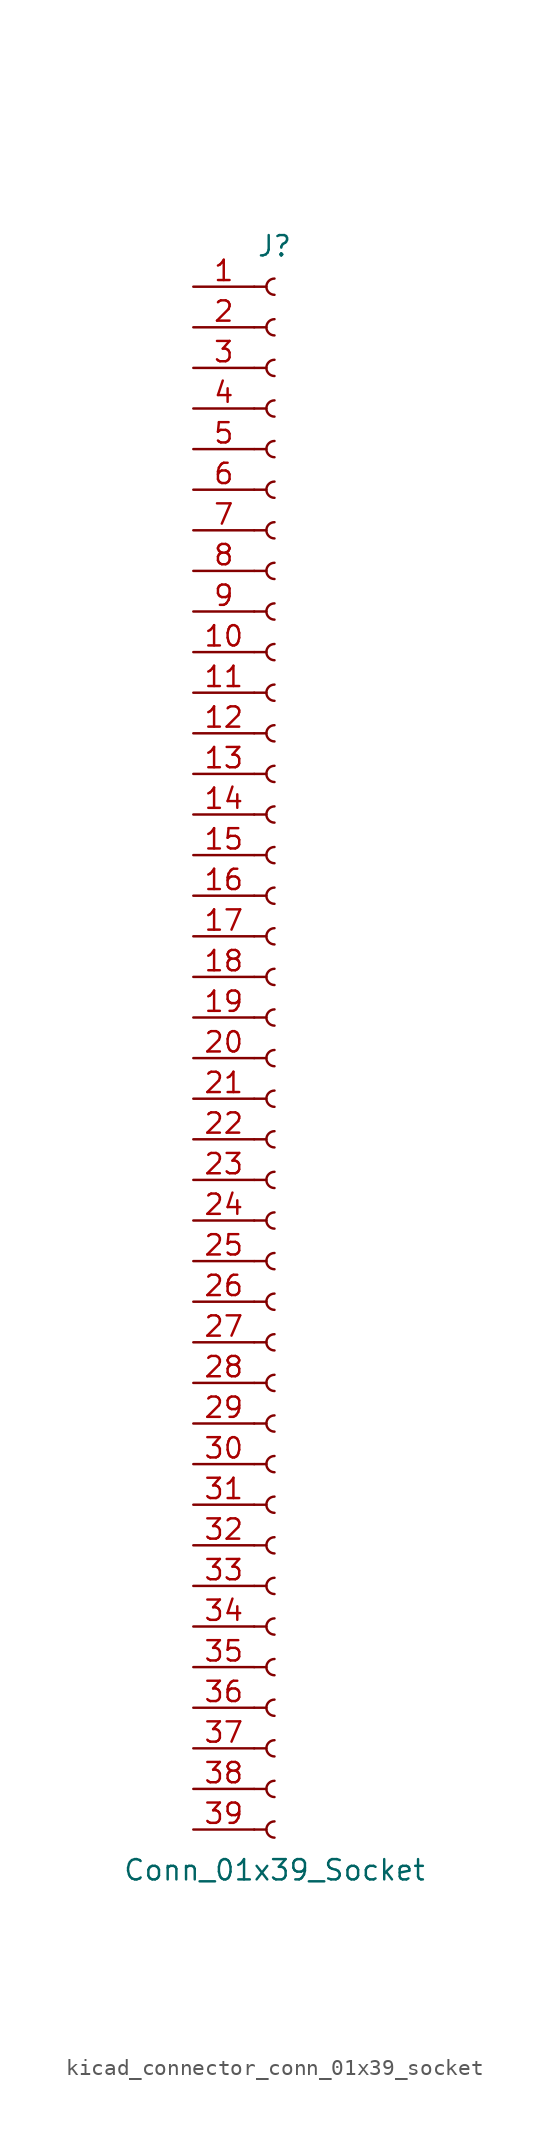
<source format=kicad_sym>
(kicad_symbol_lib
  (version 20220914)
  (generator kicad_symbol_editor)
  (symbol "kicad_connector_conn_01x39_socket"
    (pin_names
      (offset 1.016) hide)
    (property "Reference" "J"
      (at 0 50.8 0)
      (effects (font (size 1.27 1.27))))
    (property "Value" "Conn_01x39_Socket"
      (at 0 -50.8 0)
      (effects (font (size 1.27 1.27))))
    (property "ki_locked" ""
      (at 0 0 0)
      (effects (font (size 1.27 1.27))))
    (symbol "kicad_connector_conn_01x39_socket_1_1"
      (arc (start 0 -47.752) (mid -0.5058 -48.26) (end 0 -48.768) (stroke (width 0.1524) (type default)) (fill (type none)))
      (arc (start 0 -45.212) (mid -0.5058 -45.72) (end 0 -46.228) (stroke (width 0.1524) (type default)) (fill (type none)))
      (arc (start 0 -42.672) (mid -0.5058 -43.18) (end 0 -43.688) (stroke (width 0.1524) (type default)) (fill (type none)))
      (arc (start 0 -40.132) (mid -0.5058 -40.64) (end 0 -41.148) (stroke (width 0.1524) (type default)) (fill (type none)))
      (arc (start 0 -37.592) (mid -0.5058 -38.1) (end 0 -38.608) (stroke (width 0.1524) (type default)) (fill (type none)))
      (arc (start 0 -35.052) (mid -0.5058 -35.56) (end 0 -36.068) (stroke (width 0.1524) (type default)) (fill (type none)))
      (arc (start 0 -32.512) (mid -0.5058 -33.02) (end 0 -33.528) (stroke (width 0.1524) (type default)) (fill (type none)))
      (arc (start 0 -29.972) (mid -0.5058 -30.48) (end 0 -30.988) (stroke (width 0.1524) (type default)) (fill (type none)))
      (arc (start 0 -27.432) (mid -0.5058 -27.94) (end 0 -28.448) (stroke (width 0.1524) (type default)) (fill (type none)))
      (arc (start 0 -24.892) (mid -0.5058 -25.4) (end 0 -25.908) (stroke (width 0.1524) (type default)) (fill (type none)))
      (arc (start 0 -22.352) (mid -0.5058 -22.86) (end 0 -23.368) (stroke (width 0.1524) (type default)) (fill (type none)))
      (arc (start 0 -19.812) (mid -0.5058 -20.32) (end 0 -20.828) (stroke (width 0.1524) (type default)) (fill (type none)))
      (arc (start 0 -17.272) (mid -0.5058 -17.78) (end 0 -18.288) (stroke (width 0.1524) (type default)) (fill (type none)))
      (arc (start 0 -14.732) (mid -0.5058 -15.24) (end 0 -15.748) (stroke (width 0.1524) (type default)) (fill (type none)))
      (arc (start 0 -12.192) (mid -0.5058 -12.7) (end 0 -13.208) (stroke (width 0.1524) (type default)) (fill (type none)))
      (arc (start 0 -9.652) (mid -0.5058 -10.16) (end 0 -10.668) (stroke (width 0.1524) (type default)) (fill (type none)))
      (arc (start 0 -7.112) (mid -0.5058 -7.62) (end 0 -8.128) (stroke (width 0.1524) (type default)) (fill (type none)))
      (arc (start 0 -4.572) (mid -0.5058 -5.08) (end 0 -5.588) (stroke (width 0.1524) (type default)) (fill (type none)))
      (arc (start 0 -2.032) (mid -0.5058 -2.54) (end 0 -3.048) (stroke (width 0.1524) (type default)) (fill (type none)))
      (polyline (pts (xy -1.27 -48.26) (xy -0.508 -48.26)) (stroke (width 0.152) (type default)) (fill (type none)))
      (polyline (pts (xy -1.27 -45.72) (xy -0.508 -45.72)) (stroke (width 0.152) (type default)) (fill (type none)))
      (polyline (pts (xy -1.27 -43.18) (xy -0.508 -43.18)) (stroke (width 0.152) (type default)) (fill (type none)))
      (polyline (pts (xy -1.27 -40.64) (xy -0.508 -40.64)) (stroke (width 0.152) (type default)) (fill (type none)))
      (polyline (pts (xy -1.27 -38.1) (xy -0.508 -38.1)) (stroke (width 0.152) (type default)) (fill (type none)))
      (polyline (pts (xy -1.27 -35.56) (xy -0.508 -35.56)) (stroke (width 0.152) (type default)) (fill (type none)))
      (polyline (pts (xy -1.27 -33.02) (xy -0.508 -33.02)) (stroke (width 0.152) (type default)) (fill (type none)))
      (polyline (pts (xy -1.27 -30.48) (xy -0.508 -30.48)) (stroke (width 0.152) (type default)) (fill (type none)))
      (polyline (pts (xy -1.27 -27.94) (xy -0.508 -27.94)) (stroke (width 0.152) (type default)) (fill (type none)))
      (polyline (pts (xy -1.27 -25.4) (xy -0.508 -25.4)) (stroke (width 0.152) (type default)) (fill (type none)))
      (polyline (pts (xy -1.27 -22.86) (xy -0.508 -22.86)) (stroke (width 0.152) (type default)) (fill (type none)))
      (polyline (pts (xy -1.27 -20.32) (xy -0.508 -20.32)) (stroke (width 0.152) (type default)) (fill (type none)))
      (polyline (pts (xy -1.27 -17.78) (xy -0.508 -17.78)) (stroke (width 0.152) (type default)) (fill (type none)))
      (polyline (pts (xy -1.27 -15.24) (xy -0.508 -15.24)) (stroke (width 0.152) (type default)) (fill (type none)))
      (polyline (pts (xy -1.27 -12.7) (xy -0.508 -12.7)) (stroke (width 0.152) (type default)) (fill (type none)))
      (polyline (pts (xy -1.27 -10.16) (xy -0.508 -10.16)) (stroke (width 0.152) (type default)) (fill (type none)))
      (polyline (pts (xy -1.27 -7.62) (xy -0.508 -7.62)) (stroke (width 0.152) (type default)) (fill (type none)))
      (polyline (pts (xy -1.27 -5.08) (xy -0.508 -5.08)) (stroke (width 0.152) (type default)) (fill (type none)))
      (polyline (pts (xy -1.27 -2.54) (xy -0.508 -2.54)) (stroke (width 0.152) (type default)) (fill (type none)))
      (polyline (pts (xy -1.27 0) (xy -0.508 0)) (stroke (width 0.152) (type default)) (fill (type none)))
      (polyline (pts (xy -1.27 2.54) (xy -0.508 2.54)) (stroke (width 0.152) (type default)) (fill (type none)))
      (polyline (pts (xy -1.27 5.08) (xy -0.508 5.08)) (stroke (width 0.152) (type default)) (fill (type none)))
      (polyline (pts (xy -1.27 7.62) (xy -0.508 7.62)) (stroke (width 0.152) (type default)) (fill (type none)))
      (polyline (pts (xy -1.27 10.16) (xy -0.508 10.16)) (stroke (width 0.152) (type default)) (fill (type none)))
      (polyline (pts (xy -1.27 12.7) (xy -0.508 12.7)) (stroke (width 0.152) (type default)) (fill (type none)))
      (polyline (pts (xy -1.27 15.24) (xy -0.508 15.24)) (stroke (width 0.152) (type default)) (fill (type none)))
      (polyline (pts (xy -1.27 17.78) (xy -0.508 17.78)) (stroke (width 0.152) (type default)) (fill (type none)))
      (polyline (pts (xy -1.27 20.32) (xy -0.508 20.32)) (stroke (width 0.152) (type default)) (fill (type none)))
      (polyline (pts (xy -1.27 22.86) (xy -0.508 22.86)) (stroke (width 0.152) (type default)) (fill (type none)))
      (polyline (pts (xy -1.27 25.4) (xy -0.508 25.4)) (stroke (width 0.152) (type default)) (fill (type none)))
      (polyline (pts (xy -1.27 27.94) (xy -0.508 27.94)) (stroke (width 0.152) (type default)) (fill (type none)))
      (polyline (pts (xy -1.27 30.48) (xy -0.508 30.48)) (stroke (width 0.152) (type default)) (fill (type none)))
      (polyline (pts (xy -1.27 33.02) (xy -0.508 33.02)) (stroke (width 0.152) (type default)) (fill (type none)))
      (polyline (pts (xy -1.27 35.56) (xy -0.508 35.56)) (stroke (width 0.152) (type default)) (fill (type none)))
      (polyline (pts (xy -1.27 38.1) (xy -0.508 38.1)) (stroke (width 0.152) (type default)) (fill (type none)))
      (polyline (pts (xy -1.27 40.64) (xy -0.508 40.64)) (stroke (width 0.152) (type default)) (fill (type none)))
      (polyline (pts (xy -1.27 43.18) (xy -0.508 43.18)) (stroke (width 0.152) (type default)) (fill (type none)))
      (polyline (pts (xy -1.27 45.72) (xy -0.508 45.72)) (stroke (width 0.152) (type default)) (fill (type none)))
      (polyline (pts (xy -1.27 48.26) (xy -0.508 48.26)) (stroke (width 0.152) (type default)) (fill (type none)))
      (arc (start 0 0.508) (mid -0.5058 0) (end 0 -0.508) (stroke (width 0.1524) (type default)) (fill (type none)))
      (arc (start 0 3.048) (mid -0.5058 2.54) (end 0 2.032) (stroke (width 0.1524) (type default)) (fill (type none)))
      (arc (start 0 5.588) (mid -0.5058 5.08) (end 0 4.572) (stroke (width 0.1524) (type default)) (fill (type none)))
      (arc (start 0 8.128) (mid -0.5058 7.62) (end 0 7.112) (stroke (width 0.1524) (type default)) (fill (type none)))
      (arc (start 0 10.668) (mid -0.5058 10.16) (end 0 9.652) (stroke (width 0.1524) (type default)) (fill (type none)))
      (arc (start 0 13.208) (mid -0.5058 12.7) (end 0 12.192) (stroke (width 0.1524) (type default)) (fill (type none)))
      (arc (start 0 15.748) (mid -0.5058 15.24) (end 0 14.732) (stroke (width 0.1524) (type default)) (fill (type none)))
      (arc (start 0 18.288) (mid -0.5058 17.78) (end 0 17.272) (stroke (width 0.1524) (type default)) (fill (type none)))
      (arc (start 0 20.828) (mid -0.5058 20.32) (end 0 19.812) (stroke (width 0.1524) (type default)) (fill (type none)))
      (arc (start 0 23.368) (mid -0.5058 22.86) (end 0 22.352) (stroke (width 0.1524) (type default)) (fill (type none)))
      (arc (start 0 25.908) (mid -0.5058 25.4) (end 0 24.892) (stroke (width 0.1524) (type default)) (fill (type none)))
      (arc (start 0 28.448) (mid -0.5058 27.94) (end 0 27.432) (stroke (width 0.1524) (type default)) (fill (type none)))
      (arc (start 0 30.988) (mid -0.5058 30.48) (end 0 29.972) (stroke (width 0.1524) (type default)) (fill (type none)))
      (arc (start 0 33.528) (mid -0.5058 33.02) (end 0 32.512) (stroke (width 0.1524) (type default)) (fill (type none)))
      (arc (start 0 36.068) (mid -0.5058 35.56) (end 0 35.052) (stroke (width 0.1524) (type default)) (fill (type none)))
      (arc (start 0 38.608) (mid -0.5058 38.1) (end 0 37.592) (stroke (width 0.1524) (type default)) (fill (type none)))
      (arc (start 0 41.148) (mid -0.5058 40.64) (end 0 40.132) (stroke (width 0.1524) (type default)) (fill (type none)))
      (arc (start 0 43.688) (mid -0.5058 43.18) (end 0 42.672) (stroke (width 0.1524) (type default)) (fill (type none)))
      (arc (start 0 46.228) (mid -0.5058 45.72) (end 0 45.212) (stroke (width 0.1524) (type default)) (fill (type none)))
      (arc (start 0 48.768) (mid -0.5058 48.26) (end 0 47.752) (stroke (width 0.1524) (type default)) (fill (type none)))
      (pin passive line (at -5.08 48.26 0) (length 3.81) (name "Pin_1" (effects (font (size 1.27 1.27)))) (number "1" (effects (font (size 1.27 1.27)))))
      (pin passive line (at -5.08 25.4 0) (length 3.81) (name "Pin_10" (effects (font (size 1.27 1.27)))) (number "10" (effects (font (size 1.27 1.27)))))
      (pin passive line (at -5.08 22.86 0) (length 3.81) (name "Pin_11" (effects (font (size 1.27 1.27)))) (number "11" (effects (font (size 1.27 1.27)))))
      (pin passive line (at -5.08 20.32 0) (length 3.81) (name "Pin_12" (effects (font (size 1.27 1.27)))) (number "12" (effects (font (size 1.27 1.27)))))
      (pin passive line (at -5.08 17.78 0) (length 3.81) (name "Pin_13" (effects (font (size 1.27 1.27)))) (number "13" (effects (font (size 1.27 1.27)))))
      (pin passive line (at -5.08 15.24 0) (length 3.81) (name "Pin_14" (effects (font (size 1.27 1.27)))) (number "14" (effects (font (size 1.27 1.27)))))
      (pin passive line (at -5.08 12.7 0) (length 3.81) (name "Pin_15" (effects (font (size 1.27 1.27)))) (number "15" (effects (font (size 1.27 1.27)))))
      (pin passive line (at -5.08 10.16 0) (length 3.81) (name "Pin_16" (effects (font (size 1.27 1.27)))) (number "16" (effects (font (size 1.27 1.27)))))
      (pin passive line (at -5.08 7.62 0) (length 3.81) (name "Pin_17" (effects (font (size 1.27 1.27)))) (number "17" (effects (font (size 1.27 1.27)))))
      (pin passive line (at -5.08 5.08 0) (length 3.81) (name "Pin_18" (effects (font (size 1.27 1.27)))) (number "18" (effects (font (size 1.27 1.27)))))
      (pin passive line (at -5.08 2.54 0) (length 3.81) (name "Pin_19" (effects (font (size 1.27 1.27)))) (number "19" (effects (font (size 1.27 1.27)))))
      (pin passive line (at -5.08 45.72 0) (length 3.81) (name "Pin_2" (effects (font (size 1.27 1.27)))) (number "2" (effects (font (size 1.27 1.27)))))
      (pin passive line (at -5.08 0 0) (length 3.81) (name "Pin_20" (effects (font (size 1.27 1.27)))) (number "20" (effects (font (size 1.27 1.27)))))
      (pin passive line (at -5.08 -2.54 0) (length 3.81) (name "Pin_21" (effects (font (size 1.27 1.27)))) (number "21" (effects (font (size 1.27 1.27)))))
      (pin passive line (at -5.08 -5.08 0) (length 3.81) (name "Pin_22" (effects (font (size 1.27 1.27)))) (number "22" (effects (font (size 1.27 1.27)))))
      (pin passive line (at -5.08 -7.62 0) (length 3.81) (name "Pin_23" (effects (font (size 1.27 1.27)))) (number "23" (effects (font (size 1.27 1.27)))))
      (pin passive line (at -5.08 -10.16 0) (length 3.81) (name "Pin_24" (effects (font (size 1.27 1.27)))) (number "24" (effects (font (size 1.27 1.27)))))
      (pin passive line (at -5.08 -12.7 0) (length 3.81) (name "Pin_25" (effects (font (size 1.27 1.27)))) (number "25" (effects (font (size 1.27 1.27)))))
      (pin passive line (at -5.08 -15.24 0) (length 3.81) (name "Pin_26" (effects (font (size 1.27 1.27)))) (number "26" (effects (font (size 1.27 1.27)))))
      (pin passive line (at -5.08 -17.78 0) (length 3.81) (name "Pin_27" (effects (font (size 1.27 1.27)))) (number "27" (effects (font (size 1.27 1.27)))))
      (pin passive line (at -5.08 -20.32 0) (length 3.81) (name "Pin_28" (effects (font (size 1.27 1.27)))) (number "28" (effects (font (size 1.27 1.27)))))
      (pin passive line (at -5.08 -22.86 0) (length 3.81) (name "Pin_29" (effects (font (size 1.27 1.27)))) (number "29" (effects (font (size 1.27 1.27)))))
      (pin passive line (at -5.08 43.18 0) (length 3.81) (name "Pin_3" (effects (font (size 1.27 1.27)))) (number "3" (effects (font (size 1.27 1.27)))))
      (pin passive line (at -5.08 -25.4 0) (length 3.81) (name "Pin_30" (effects (font (size 1.27 1.27)))) (number "30" (effects (font (size 1.27 1.27)))))
      (pin passive line (at -5.08 -27.94 0) (length 3.81) (name "Pin_31" (effects (font (size 1.27 1.27)))) (number "31" (effects (font (size 1.27 1.27)))))
      (pin passive line (at -5.08 -30.48 0) (length 3.81) (name "Pin_32" (effects (font (size 1.27 1.27)))) (number "32" (effects (font (size 1.27 1.27)))))
      (pin passive line (at -5.08 -33.02 0) (length 3.81) (name "Pin_33" (effects (font (size 1.27 1.27)))) (number "33" (effects (font (size 1.27 1.27)))))
      (pin passive line (at -5.08 -35.56 0) (length 3.81) (name "Pin_34" (effects (font (size 1.27 1.27)))) (number "34" (effects (font (size 1.27 1.27)))))
      (pin passive line (at -5.08 -38.1 0) (length 3.81) (name "Pin_35" (effects (font (size 1.27 1.27)))) (number "35" (effects (font (size 1.27 1.27)))))
      (pin passive line (at -5.08 -40.64 0) (length 3.81) (name "Pin_36" (effects (font (size 1.27 1.27)))) (number "36" (effects (font (size 1.27 1.27)))))
      (pin passive line (at -5.08 -43.18 0) (length 3.81) (name "Pin_37" (effects (font (size 1.27 1.27)))) (number "37" (effects (font (size 1.27 1.27)))))
      (pin passive line (at -5.08 -45.72 0) (length 3.81) (name "Pin_38" (effects (font (size 1.27 1.27)))) (number "38" (effects (font (size 1.27 1.27)))))
      (pin passive line (at -5.08 -48.26 0) (length 3.81) (name "Pin_39" (effects (font (size 1.27 1.27)))) (number "39" (effects (font (size 1.27 1.27)))))
      (pin passive line (at -5.08 40.64 0) (length 3.81) (name "Pin_4" (effects (font (size 1.27 1.27)))) (number "4" (effects (font (size 1.27 1.27)))))
      (pin passive line (at -5.08 38.1 0) (length 3.81) (name "Pin_5" (effects (font (size 1.27 1.27)))) (number "5" (effects (font (size 1.27 1.27)))))
      (pin passive line (at -5.08 35.56 0) (length 3.81) (name "Pin_6" (effects (font (size 1.27 1.27)))) (number "6" (effects (font (size 1.27 1.27)))))
      (pin passive line (at -5.08 33.02 0) (length 3.81) (name "Pin_7" (effects (font (size 1.27 1.27)))) (number "7" (effects (font (size 1.27 1.27)))))
      (pin passive line (at -5.08 30.48 0) (length 3.81) (name "Pin_8" (effects (font (size 1.27 1.27)))) (number "8" (effects (font (size 1.27 1.27)))))
      (pin passive line (at -5.08 27.94 0) (length 3.81) (name "Pin_9" (effects (font (size 1.27 1.27)))) (number "9" (effects (font (size 1.27 1.27))))))))
</source>
